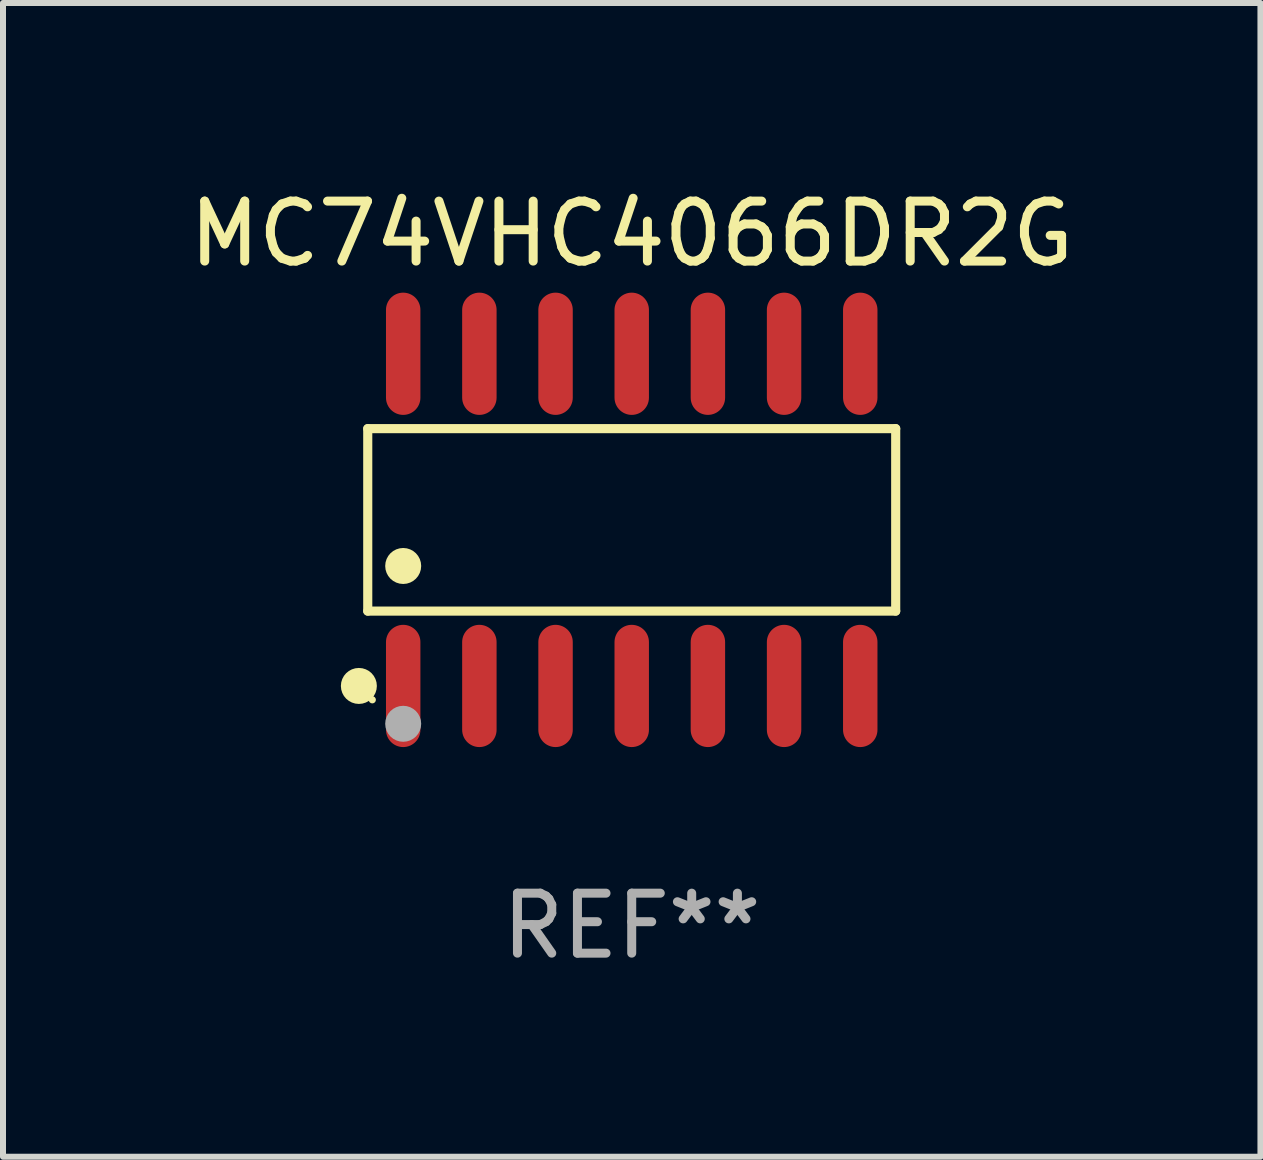
<source format=kicad_pcb>
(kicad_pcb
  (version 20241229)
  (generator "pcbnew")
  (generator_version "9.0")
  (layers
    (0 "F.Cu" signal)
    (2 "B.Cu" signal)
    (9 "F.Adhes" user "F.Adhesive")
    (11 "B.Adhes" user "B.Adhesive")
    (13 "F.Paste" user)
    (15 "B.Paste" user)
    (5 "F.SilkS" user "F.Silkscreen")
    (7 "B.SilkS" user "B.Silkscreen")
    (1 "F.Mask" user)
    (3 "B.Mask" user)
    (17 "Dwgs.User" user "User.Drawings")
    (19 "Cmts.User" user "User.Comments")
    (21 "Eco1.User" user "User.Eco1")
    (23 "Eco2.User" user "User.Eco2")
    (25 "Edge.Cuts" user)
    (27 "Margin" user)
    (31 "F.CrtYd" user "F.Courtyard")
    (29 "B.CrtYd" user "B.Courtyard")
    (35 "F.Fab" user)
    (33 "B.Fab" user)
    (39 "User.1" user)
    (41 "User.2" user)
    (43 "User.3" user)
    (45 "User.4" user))
  (footprint "MC74VHC4066DR2G"
    (layer "F.Cu")
    (at 7.482 5.617)
    (property "Reference" "MC74VHC4066DR2G" (at 0 -4.769 0) (layer "F.SilkS") (effects (font (size 1 1) (thickness 0.15))))
    (attr through_hole)
    (fp_line (start -4.401 -1.521) (end 4.401 -1.521) (stroke (width 0.152) (type solid)) (layer "F.SilkS"))
    (fp_line (start -4.401 1.521) (end -4.401 -1.521) (stroke (width 0.152) (type solid)) (layer "F.SilkS"))
    (fp_line (start 4.401 -1.521) (end 4.401 1.521) (stroke (width 0.152) (type solid)) (layer "F.SilkS"))
    (fp_line (start 4.401 1.521) (end -4.401 1.521) (stroke (width 0.152) (type solid)) (layer "F.SilkS"))
    (fp_circle (center -4.549 2.769) (end -4.399 2.769) (stroke (width 0.3) (type solid)) (fill no) (layer "F.SilkS"))
    (fp_circle (center -4.325 3) (end -4.295 3) (stroke (width 0.06) (type solid)) (fill no) (layer "F.SilkS"))
    (fp_circle (center -3.81 0.769) (end -3.66 0.769) (stroke (width 0.3) (type solid)) (fill no) (layer "F.SilkS"))
    (fp_circle (center -3.81 3.4) (end -3.66 3.4) (stroke (width 0.3) (type solid)) (fill no) (layer "F.Fab"))
    (fp_text user "REF**" (at 0 6.769 0) (layer "F.Fab") (effects (font (size 1 1) (thickness 0.15))))
    (pad "1" smd oval (at -3.81 2.769) (size 0.574 2.038) (layers "F.Cu" "F.Mask" "F.Paste"))
    (pad "2" smd oval (at -2.54 2.769) (size 0.574 2.038) (layers "F.Cu" "F.Mask" "F.Paste"))
    (pad "3" smd oval (at -1.27 2.769) (size 0.574 2.038) (layers "F.Cu" "F.Mask" "F.Paste"))
    (pad "4" smd oval (at 0 2.769) (size 0.574 2.038) (layers "F.Cu" "F.Mask" "F.Paste"))
    (pad "5" smd oval (at 1.27 2.769) (size 0.574 2.038) (layers "F.Cu" "F.Mask" "F.Paste"))
    (pad "6" smd oval (at 2.54 2.769) (size 0.574 2.038) (layers "F.Cu" "F.Mask" "F.Paste"))
    (pad "7" smd oval (at 3.81 2.769) (size 0.574 2.038) (layers "F.Cu" "F.Mask" "F.Paste"))
    (pad "8" smd oval (at 3.81 -2.769) (size 0.574 2.038) (layers "F.Cu" "F.Mask" "F.Paste"))
    (pad "9" smd oval (at 2.54 -2.769) (size 0.574 2.038) (layers "F.Cu" "F.Mask" "F.Paste"))
    (pad "10" smd oval (at 1.27 -2.769) (size 0.574 2.038) (layers "F.Cu" "F.Mask" "F.Paste"))
    (pad "11" smd oval (at 0 -2.769) (size 0.574 2.038) (layers "F.Cu" "F.Mask" "F.Paste"))
    (pad "12" smd oval (at -1.27 -2.769) (size 0.574 2.038) (layers "F.Cu" "F.Mask" "F.Paste"))
    (pad "13" smd oval (at -2.54 -2.769) (size 0.574 2.038) (layers "F.Cu" "F.Mask" "F.Paste"))
    (pad "14" smd oval (at -3.81 -2.769) (size 0.574 2.038) (layers "F.Cu" "F.Mask" "F.Paste")))
  (gr_rect
    (start -3 -3)
    (end 17.964 16.235)
    (stroke (width 0.1) (type default))
    (fill no)
    (layer "Edge.Cuts")))
</source>
